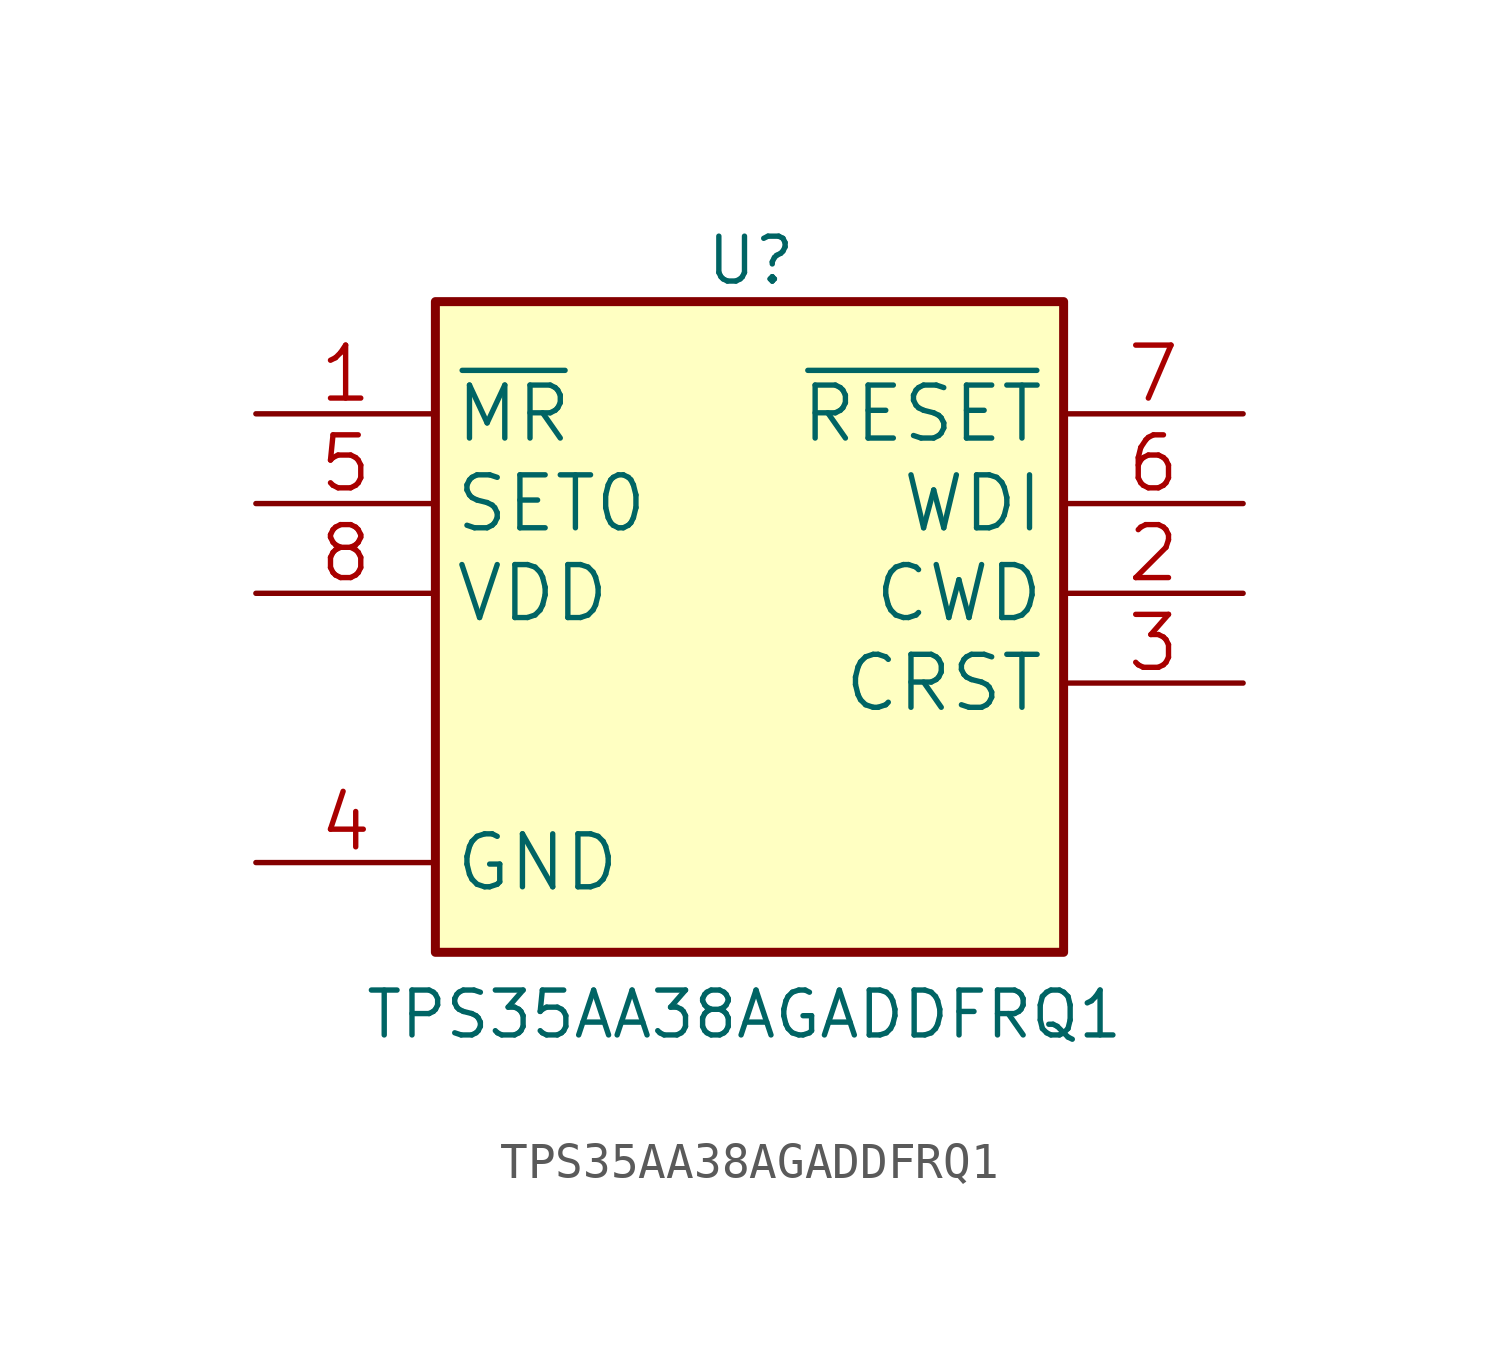
<source format=kicad_sym>
(kicad_symbol_lib
  (version 20231120)
  (generator "kicad_symbol_editor")
  (generator_version "8.0")
  (symbol "TPS35AA38AGADDFRQ1"
    (property "Reference" "U"
      (at 12.7 10.16 0)
      (effects (font (size 1.27 1.27)) (justify left top)))
    (property "Value" "TPS35AA38AGADDFRQ1"
      (at 3.048 -11.176 0)
      (effects (font (size 1.27 1.27)) (justify left top)))
    (symbol "TPS35AA38AGADDFRQ1_1_1"
      (rectangle (start 5.08 8.255) (end 22.86 -10.16) (stroke (width 0.254) (type default)) (fill (type background)))
      (pin passive line (at 0 5.08 0) (length 5.08) (name "~{MR}" (effects (font (size 1.499 1.499)))) (number "1" (effects (font (size 1.499 1.499)))))
      (pin passive line (at 27.94 0 180) (length 5.08) (name "CWD" (effects (font (size 1.499 1.499)))) (number "2" (effects (font (size 1.499 1.499)))))
      (pin passive line (at 27.94 -2.54 180) (length 5.08) (name "CRST" (effects (font (size 1.499 1.499)))) (number "3" (effects (font (size 1.499 1.499)))))
      (pin passive line (at 0 -7.62 0) (length 5.08) (name "GND" (effects (font (size 1.499 1.499)))) (number "4" (effects (font (size 1.499 1.499)))))
      (pin passive line (at 0 2.54 0) (length 5.08) (name "SET0" (effects (font (size 1.499 1.499)))) (number "5" (effects (font (size 1.499 1.499)))))
      (pin passive line (at 27.94 2.54 180) (length 5.08) (name "WDI" (effects (font (size 1.499 1.499)))) (number "6" (effects (font (size 1.499 1.499)))))
      (pin passive line (at 27.94 5.08 180) (length 5.08) (name "~{RESET}" (effects (font (size 1.499 1.499)))) (number "7" (effects (font (size 1.499 1.499)))))
      (pin passive line (at 0 0 0) (length 5.08) (name "VDD" (effects (font (size 1.499 1.499)))) (number "8" (effects (font (size 1.499 1.499))))))))
</source>
